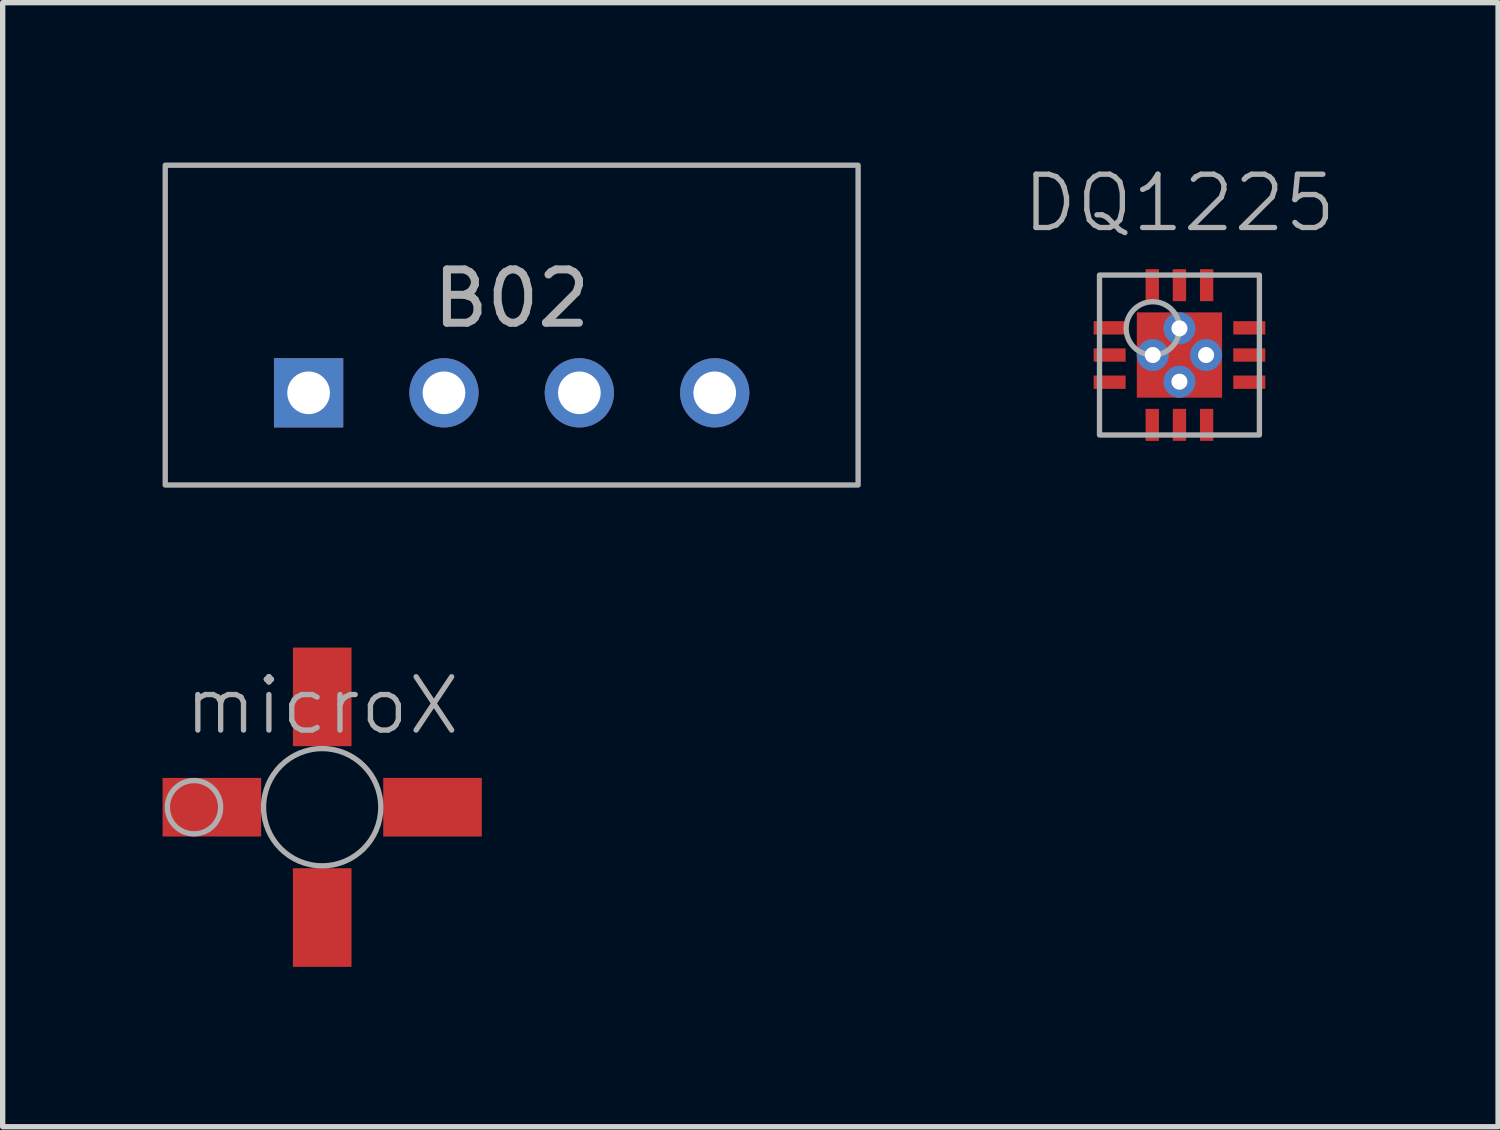
<source format=kicad_pcb>
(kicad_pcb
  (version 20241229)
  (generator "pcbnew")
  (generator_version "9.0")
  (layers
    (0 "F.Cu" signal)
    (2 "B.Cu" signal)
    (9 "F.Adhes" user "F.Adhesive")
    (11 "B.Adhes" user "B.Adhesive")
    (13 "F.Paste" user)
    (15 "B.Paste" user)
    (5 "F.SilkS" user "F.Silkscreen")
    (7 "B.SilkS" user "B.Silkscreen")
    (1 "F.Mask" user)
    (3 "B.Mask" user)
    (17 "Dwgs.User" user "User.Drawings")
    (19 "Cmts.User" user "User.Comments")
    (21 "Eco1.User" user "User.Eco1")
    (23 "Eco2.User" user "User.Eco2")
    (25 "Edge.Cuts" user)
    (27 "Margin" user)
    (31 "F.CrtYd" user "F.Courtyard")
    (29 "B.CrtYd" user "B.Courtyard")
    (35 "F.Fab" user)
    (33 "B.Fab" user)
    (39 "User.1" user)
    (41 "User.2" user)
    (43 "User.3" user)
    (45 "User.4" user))
  (footprint "B02"
    (layer "F.Cu")
    (at 6.55 3.05)
    (property "Reference" "B02" (at 0 -0.5 0) (unlocked yes) (layer "F.Fab") (effects (font (size 1 1) (thickness 0.15))))
    (attr through_hole)
    (fp_rect (start -6.5 3) (end 6.5 -3) (stroke (width 0.1) (type solid)) (fill no) (layer "F.Fab"))
    (pad "1" thru_hole rect (at -3.81 1.27) (size 1.3 1.3) (drill 0.8) (layers "*.Cu" "*.Mask"))
    (pad "2" thru_hole circle (at -1.27 1.27) (size 1.3 1.3) (drill 0.8) (layers "*.Cu" "*.Mask"))
    (pad "3" thru_hole circle (at 1.27 1.27) (size 1.3 1.3) (drill 0.8) (layers "*.Cu" "*.Mask"))
    (pad "4" thru_hole circle (at 3.81 1.27) (size 1.3 1.3) (drill 0.8) (layers "*.Cu" "*.Mask")))
  (footprint "microX"
    (layer "F.Cu")
    (at 2.995 12.095)
    (property "Reference" "microX" (at 0 -1.905 0) (unlocked yes) (layer "F.Fab") (effects (font (size 1 1) (thickness 0.1))))
    (attr smd)
    (fp_circle (center -2.405 0) (end -1.905 0) (stroke (width 0.1) (type default)) (fill no) (layer "F.Fab"))
    (fp_circle (center 0 0) (end 1.1 0) (stroke (width 0.1) (type default)) (fill no) (layer "F.Fab"))
    (pad "1" smd rect (at -2.07 0) (size 1.85 1.1) (layers "F.Cu" "F.Mask" "F.Paste"))
    (pad "2" smd rect (at 0 2.07 270) (size 1.85 1.1) (layers "F.Cu" "F.Mask" "F.Paste"))
    (pad "3" smd rect (at 2.07 0 180) (size 1.85 1.1) (layers "F.Cu" "F.Mask" "F.Paste"))
    (pad "4" smd rect (at 0 -2.07 90) (size 1.85 1.1) (layers "F.Cu" "F.Mask" "F.Paste")))
  (footprint "DQ1225"
    (layer "F.Cu")
    (at 19.079 3.611)
    (property "Reference" "DQ1225" (at 0 -2.85 0) (unlocked yes) (layer "F.Fab") (effects (font (size 1 1) (thickness 0.1))))
    (attr smd)
    (fp_rect (start -1.5 1.5) (end 1.5 -1.5) (stroke (width 0.1) (type default)) (fill no) (layer "F.Fab"))
    (fp_circle (center -0.5 -0.5) (end 0 -0.5) (stroke (width 0.1) (type default)) (fill no) (layer "F.Fab"))
    (pad "1" smd rect (at -1.31 -0.51) (size 0.6 0.25) (layers "F.Cu" "F.Mask" "F.Paste"))
    (pad "2" smd rect (at -1.31 0) (size 0.6 0.25) (layers "F.Cu" "F.Mask" "F.Paste"))
    (pad "3" smd rect (at -1.31 0.51) (size 0.6 0.25) (layers "F.Cu" "F.Mask" "F.Paste"))
    (pad "4" smd rect (at -0.51 1.31 90) (size 0.6 0.25) (layers "F.Cu" "F.Mask" "F.Paste"))
    (pad "5" smd rect (at 0 1.31 90) (size 0.6 0.25) (layers "F.Cu" "F.Mask" "F.Paste"))
    (pad "6" smd rect (at 0.51 1.31 90) (size 0.6 0.25) (layers "F.Cu" "F.Mask" "F.Paste"))
    (pad "7" smd rect (at 1.31 0.51 180) (size 0.6 0.25) (layers "F.Cu" "F.Mask" "F.Paste"))
    (pad "8" smd rect (at 1.31 0 180) (size 0.6 0.25) (layers "F.Cu" "F.Mask" "F.Paste"))
    (pad "9" smd rect (at 1.31 -0.51 180) (size 0.6 0.25) (layers "F.Cu" "F.Mask" "F.Paste"))
    (pad "10" smd rect (at 0.51 -1.31 270) (size 0.6 0.25) (layers "F.Cu" "F.Mask" "F.Paste"))
    (pad "11" smd rect (at 0 -1.31 270) (size 0.6 0.25) (layers "F.Cu" "F.Mask" "F.Paste"))
    (pad "12" smd rect (at -0.51 -1.31 270) (size 0.6 0.25) (layers "F.Cu" "F.Mask" "F.Paste"))
    (pad "13" thru_hole circle (at -0.5 0) (size 0.6 0.6) (drill 0.3) (layers "*.Cu"))
    (pad "13" thru_hole circle (at 0 -0.5) (size 0.6 0.6) (drill 0.3) (layers "*.Cu"))
    (pad "13" smd rect (at 0 0 270) (size 1.6 1.6) (layers "F.Cu" "F.Mask" "F.Paste"))
    (pad "13" thru_hole circle (at 0 0.5) (size 0.6 0.6) (drill 0.3) (layers "*.Cu"))
    (pad "13" thru_hole circle (at 0.5 0) (size 0.6 0.6) (drill 0.3) (layers "*.Cu")))
  (gr_rect
    (start -3 -3)
    (end 25.057 18.09)
    (stroke (width 0.1) (type default))
    (fill no)
    (layer "Edge.Cuts")))
</source>
